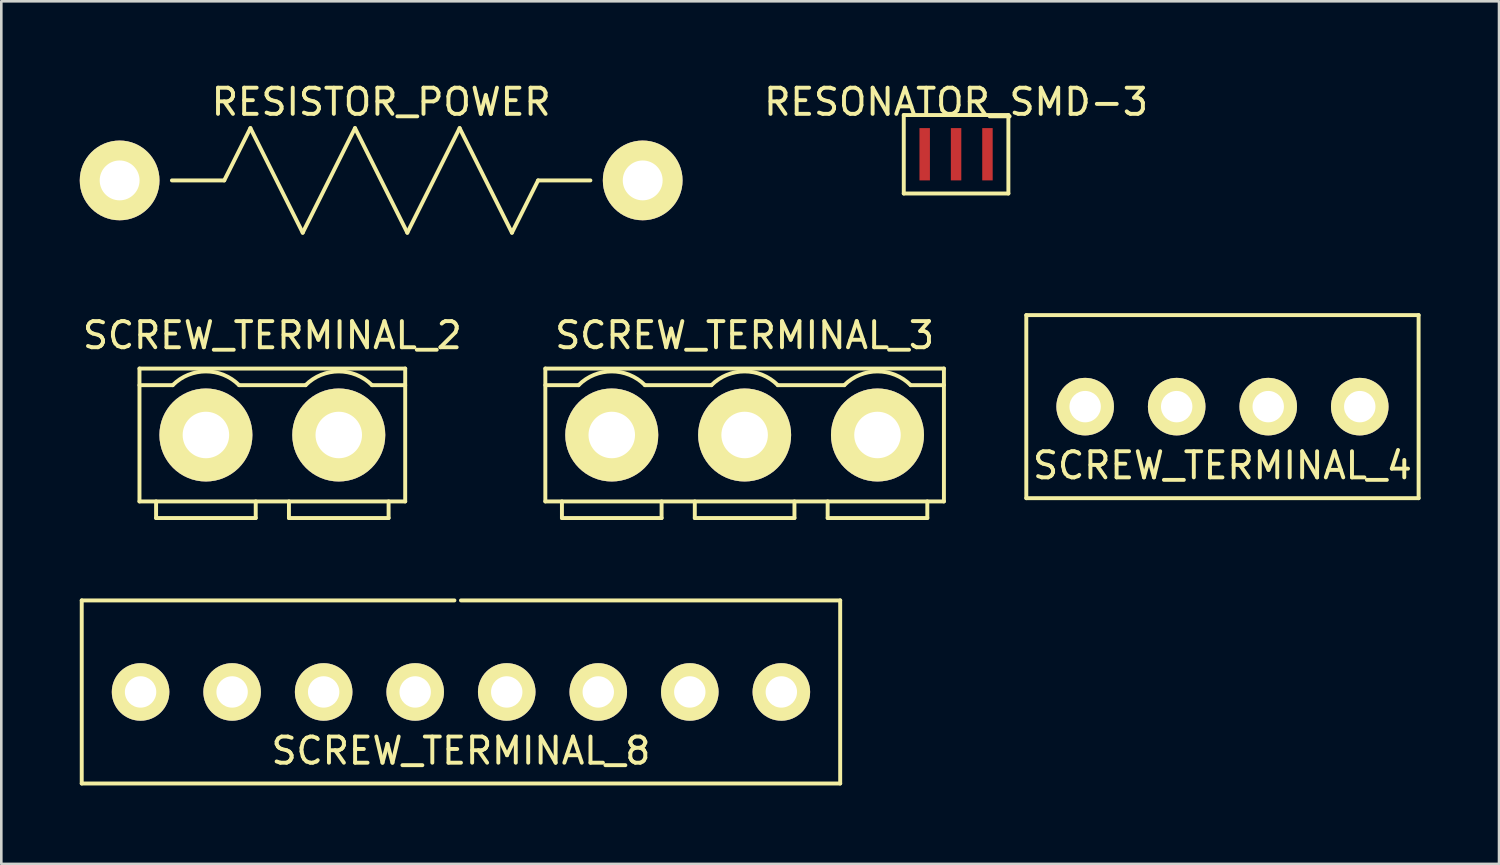
<source format=kicad_pcb>
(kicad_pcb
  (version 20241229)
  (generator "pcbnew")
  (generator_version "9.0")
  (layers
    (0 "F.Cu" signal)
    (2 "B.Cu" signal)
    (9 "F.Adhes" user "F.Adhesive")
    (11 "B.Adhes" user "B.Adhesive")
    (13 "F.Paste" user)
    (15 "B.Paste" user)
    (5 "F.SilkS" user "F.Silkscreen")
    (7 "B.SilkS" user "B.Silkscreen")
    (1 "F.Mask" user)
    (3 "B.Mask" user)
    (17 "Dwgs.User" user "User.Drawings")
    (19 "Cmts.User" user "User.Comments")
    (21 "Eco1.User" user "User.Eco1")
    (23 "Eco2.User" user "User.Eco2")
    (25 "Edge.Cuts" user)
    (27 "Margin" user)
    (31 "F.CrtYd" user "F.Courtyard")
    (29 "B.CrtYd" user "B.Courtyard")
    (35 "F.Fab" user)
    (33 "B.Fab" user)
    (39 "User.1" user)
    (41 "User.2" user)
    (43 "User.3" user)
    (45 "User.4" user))
  (footprint "RESONATOR_SMD-3"
    (layer "F.Cu")
    (at 33.506 2.848)
    (property "Reference" "RESONATOR_SMD-3" (at 0 -2 0) (layer "F.SilkS") (effects (font (size 1 1) (thickness 0.15))))
    (attr through_hole)
    (fp_line (start -2 -1.5) (end -2 1.5) (stroke (width 0.15) (type solid)) (layer "F.SilkS"))
    (fp_line (start -2 1.5) (end 2 1.5) (stroke (width 0.15) (type solid)) (layer "F.SilkS"))
    (fp_line (start 2 -1.5) (end -2 -1.5) (stroke (width 0.15) (type solid)) (layer "F.SilkS"))
    (fp_line (start 2 1.5) (end 2 -1.5) (stroke (width 0.15) (type solid)) (layer "F.SilkS"))
    (pad "1" smd rect (at -1.2 0) (size 0.4 2) (layers "F.Cu" "F.Mask" "F.Paste"))
    (pad "2" smd rect (at 0 0) (size 0.4 2) (layers "F.Cu" "F.Mask" "F.Paste"))
    (pad "3" smd rect (at 1.2 0) (size 0.4 2) (layers "F.Cu" "F.Mask" "F.Paste")))
  (footprint "SCREW_TERMINAL_3"
    (layer "F.Cu")
    (at 25.421 13.582)
    (property "Reference" "SCREW_TERMINAL_3" (at 0 -3.81 0) (layer "F.SilkS") (effects (font (size 1 1) (thickness 0.15))))
    (attr through_hole)
    (fp_line (start -7.62 -2.54) (end -7.62 2.54) (stroke (width 0.15) (type solid)) (layer "F.SilkS"))
    (fp_line (start -7.62 2.54) (end 7.62 2.54) (stroke (width 0.15) (type solid)) (layer "F.SilkS"))
    (fp_line (start -6.985 2.54) (end -6.985 3.175) (stroke (width 0.15) (type solid)) (layer "F.SilkS"))
    (fp_line (start -6.985 3.175) (end -3.175 3.175) (stroke (width 0.15) (type solid)) (layer "F.SilkS"))
    (fp_line (start -6.35 -1.905) (end -7.62 -1.905) (stroke (width 0.15) (type solid)) (layer "F.SilkS"))
    (fp_line (start -3.81 -1.905) (end -1.27 -1.905) (stroke (width 0.15) (type solid)) (layer "F.SilkS"))
    (fp_line (start -3.175 3.175) (end -3.175 2.54) (stroke (width 0.15) (type solid)) (layer "F.SilkS"))
    (fp_line (start -1.905 2.54) (end -1.905 3.175) (stroke (width 0.15) (type solid)) (layer "F.SilkS"))
    (fp_line (start -1.905 3.175) (end 1.905 3.175) (stroke (width 0.15) (type solid)) (layer "F.SilkS"))
    (fp_line (start 1.27 -1.905) (end 3.81 -1.905) (stroke (width 0.15) (type solid)) (layer "F.SilkS"))
    (fp_line (start 1.905 3.175) (end 1.905 2.54) (stroke (width 0.15) (type solid)) (layer "F.SilkS"))
    (fp_line (start 3.175 2.54) (end 3.175 3.175) (stroke (width 0.15) (type solid)) (layer "F.SilkS"))
    (fp_line (start 3.175 3.175) (end 6.985 3.175) (stroke (width 0.15) (type solid)) (layer "F.SilkS"))
    (fp_line (start 6.35 -1.905) (end 7.62 -1.905) (stroke (width 0.15) (type solid)) (layer "F.SilkS"))
    (fp_line (start 6.985 3.175) (end 6.985 2.54) (stroke (width 0.15) (type solid)) (layer "F.SilkS"))
    (fp_line (start 7.62 -2.54) (end -7.62 -2.54) (stroke (width 0.15) (type solid)) (layer "F.SilkS"))
    (fp_line (start 7.62 2.54) (end 7.62 -2.54) (stroke (width 0.15) (type solid)) (layer "F.SilkS"))
    (fp_arc (start -6.35 -1.905) (mid -5.08 -2.431051) (end -3.81 -1.905) (stroke (width 0.15) (type solid)) (layer "F.SilkS"))
    (fp_arc (start -1.27 -1.905) (mid 0 -2.431051) (end 1.27 -1.905) (stroke (width 0.15) (type solid)) (layer "F.SilkS"))
    (fp_arc (start 3.81 -1.905) (mid 5.08 -2.431051) (end 6.35 -1.905) (stroke (width 0.15) (type solid)) (layer "F.SilkS"))
    (pad "1" thru_hole circle (at -5.08 0) (size 3.556 3.556) (drill 1.778) (layers "*.Cu" "*.Mask" "F.SilkS"))
    (pad "2" thru_hole circle (at 0 0) (size 3.556 3.556) (drill 1.778) (layers "*.Cu" "*.Mask" "F.SilkS"))
    (pad "3" thru_hole circle (at 5.08 0) (size 3.556 3.556) (drill 1.778) (layers "*.Cu" "*.Mask" "F.SilkS")))
  (footprint "SCREW_TERMINAL_2"
    (layer "F.Cu")
    (at 7.363 13.582)
    (property "Reference" "SCREW_TERMINAL_2" (at 0 -3.81 0) (layer "F.SilkS") (effects (font (size 1 1) (thickness 0.15))))
    (attr through_hole)
    (fp_line (start -5.08 -2.54) (end -5.08 2.54) (stroke (width 0.15) (type solid)) (layer "F.SilkS"))
    (fp_line (start -5.08 -2.54) (end 5.08 -2.54) (stroke (width 0.15) (type solid)) (layer "F.SilkS"))
    (fp_line (start -5.08 2.54) (end 5.08 2.54) (stroke (width 0.15) (type solid)) (layer "F.SilkS"))
    (fp_line (start -4.445 2.54) (end -4.445 3.175) (stroke (width 0.15) (type solid)) (layer "F.SilkS"))
    (fp_line (start -4.445 3.175) (end -0.635 3.175) (stroke (width 0.15) (type solid)) (layer "F.SilkS"))
    (fp_line (start -3.81 -1.905) (end -5.08 -1.905) (stroke (width 0.15) (type solid)) (layer "F.SilkS"))
    (fp_line (start -1.27 -1.905) (end 1.27 -1.905) (stroke (width 0.15) (type solid)) (layer "F.SilkS"))
    (fp_line (start -0.635 3.175) (end -0.635 2.54) (stroke (width 0.15) (type solid)) (layer "F.SilkS"))
    (fp_line (start 0.635 2.54) (end 0.635 3.175) (stroke (width 0.15) (type solid)) (layer "F.SilkS"))
    (fp_line (start 0.635 3.175) (end 4.445 3.175) (stroke (width 0.15) (type solid)) (layer "F.SilkS"))
    (fp_line (start 3.81 -1.905) (end 5.08 -1.905) (stroke (width 0.15) (type solid)) (layer "F.SilkS"))
    (fp_line (start 4.445 3.175) (end 4.445 2.54) (stroke (width 0.15) (type solid)) (layer "F.SilkS"))
    (fp_line (start 5.08 2.54) (end 5.08 -2.54) (stroke (width 0.15) (type solid)) (layer "F.SilkS"))
    (fp_arc (start -3.81 -1.905) (mid -2.54 -2.431051) (end -1.27 -1.905) (stroke (width 0.15) (type solid)) (layer "F.SilkS"))
    (fp_arc (start 1.27 -1.905) (mid 2.54 -2.431051) (end 3.81 -1.905) (stroke (width 0.15) (type solid)) (layer "F.SilkS"))
    (pad "1" thru_hole circle (at -2.54 0) (size 3.556 3.556) (drill 1.778) (layers "*.Cu" "*.Mask" "F.SilkS"))
    (pad "2" thru_hole circle (at 2.54 0) (size 3.556 3.556) (drill 1.778) (layers "*.Cu" "*.Mask" "F.SilkS")))
  (footprint "RESISTOR_POWER"
    (layer "F.Cu")
    (at 11.524 3.848)
    (property "Reference" "RESISTOR_POWER" (at 0 -3 0) (layer "F.SilkS") (effects (font (size 1 1) (thickness 0.15))))
    (attr through_hole)
    (fp_line (start -8 0) (end -6 0) (stroke (width 0.15) (type solid)) (layer "F.SilkS"))
    (fp_line (start -6 0) (end -5 -2) (stroke (width 0.15) (type solid)) (layer "F.SilkS"))
    (fp_line (start -5 -2) (end -3 2) (stroke (width 0.15) (type solid)) (layer "F.SilkS"))
    (fp_line (start -3 2) (end -1 -2) (stroke (width 0.15) (type solid)) (layer "F.SilkS"))
    (fp_line (start -1 -2) (end 1 2) (stroke (width 0.15) (type solid)) (layer "F.SilkS"))
    (fp_line (start 1 2) (end 3 -2) (stroke (width 0.15) (type solid)) (layer "F.SilkS"))
    (fp_line (start 3 -2) (end 5 2) (stroke (width 0.15) (type solid)) (layer "F.SilkS"))
    (fp_line (start 5 2) (end 6 0) (stroke (width 0.15) (type solid)) (layer "F.SilkS"))
    (fp_line (start 6 0) (end 8 0) (stroke (width 0.15) (type solid)) (layer "F.SilkS"))
    (pad "1" thru_hole circle (at -10 0) (size 3.048 3.048) (drill 1.524) (layers "*.Cu" "*.Mask" "F.SilkS"))
    (pad "2" thru_hole circle (at 10 0) (size 3.048 3.048) (drill 1.524) (layers "*.Cu" "*.Mask" "F.SilkS")))
  (footprint "SCREW_TERMINAL_4"
    (layer "F.Cu")
    (at 43.691 12.498)
    (property "Reference" "SCREW_TERMINAL_4" (at 0 2.25 0) (layer "F.SilkS") (effects (font (size 1 1) (thickness 0.15))))
    (attr through_hole)
    (fp_line (start -7.5 -3.5) (end 7.5 -3.5) (stroke (width 0.15) (type solid)) (layer "F.SilkS"))
    (fp_line (start -7.5 3.5) (end -7.5 -3.5) (stroke (width 0.15) (type solid)) (layer "F.SilkS"))
    (fp_line (start -7.5 3.5) (end 7.5 3.5) (stroke (width 0.15) (type solid)) (layer "F.SilkS"))
    (fp_line (start 7.5 -3.5) (end 7.5 3.5) (stroke (width 0.15) (type solid)) (layer "F.SilkS"))
    (pad "1" thru_hole circle (at -5.25 0) (size 2.2 2.2) (drill 1.2) (layers "*.Cu" "*.Mask" "F.SilkS"))
    (pad "2" thru_hole circle (at -1.75 0) (size 2.2 2.2) (drill 1.2) (layers "*.Cu" "*.Mask" "F.SilkS"))
    (pad "3" thru_hole circle (at 1.75 0) (size 2.2 2.2) (drill 1.2) (layers "*.Cu" "*.Mask" "F.SilkS"))
    (pad "4" thru_hole circle (at 5.25 0) (size 2.2 2.2) (drill 1.2) (layers "*.Cu" "*.Mask" "F.SilkS")))
  (footprint "SCREW_TERMINAL_8"
    (layer "F.Cu")
    (at 14.575 23.407)
    (property "Reference" "SCREW_TERMINAL_8" (at 0 2.25 0) (layer "F.SilkS") (effects (font (size 1 1) (thickness 0.15))))
    (attr through_hole)
    (fp_line (start -14.5 -3.5) (end -0.25 -3.5) (stroke (width 0.15) (type solid)) (layer "F.SilkS"))
    (fp_line (start -14.5 3.5) (end -14.5 -3.5) (stroke (width 0.15) (type solid)) (layer "F.SilkS"))
    (fp_line (start -14.5 3.5) (end 14.5 3.5) (stroke (width 0.15) (type solid)) (layer "F.SilkS"))
    (fp_line (start 0 -3.5) (end 14.5 -3.5) (stroke (width 0.15) (type solid)) (layer "F.SilkS"))
    (fp_line (start 14.5 3.5) (end 14.5 -3.5) (stroke (width 0.15) (type solid)) (layer "F.SilkS"))
    (pad "1" thru_hole circle (at -12.25 0) (size 2.2 2.2) (drill 1.2) (layers "*.Cu" "*.Mask" "F.SilkS"))
    (pad "2" thru_hole circle (at -8.75 0) (size 2.2 2.2) (drill 1.2) (layers "*.Cu" "*.Mask" "F.SilkS"))
    (pad "3" thru_hole circle (at -5.25 0) (size 2.2 2.2) (drill 1.2) (layers "*.Cu" "*.Mask" "F.SilkS"))
    (pad "4" thru_hole circle (at -1.75 0) (size 2.2 2.2) (drill 1.2) (layers "*.Cu" "*.Mask" "F.SilkS"))
    (pad "5" thru_hole circle (at 1.75 0) (size 2.2 2.2) (drill 1.2) (layers "*.Cu" "*.Mask" "F.SilkS"))
    (pad "6" thru_hole circle (at 5.25 0) (size 2.2 2.2) (drill 1.2) (layers "*.Cu" "*.Mask" "F.SilkS"))
    (pad "7" thru_hole circle (at 8.75 0) (size 2.2 2.2) (drill 1.2) (layers "*.Cu" "*.Mask" "F.SilkS"))
    (pad "8" thru_hole circle (at 12.25 0) (size 2.2 2.2) (drill 1.2) (layers "*.Cu" "*.Mask" "F.SilkS")))
  (gr_rect
    (start -3 -3)
    (end 54.266 29.982)
    (stroke (width 0.1) (type default))
    (fill no)
    (layer "Edge.Cuts")))
</source>
